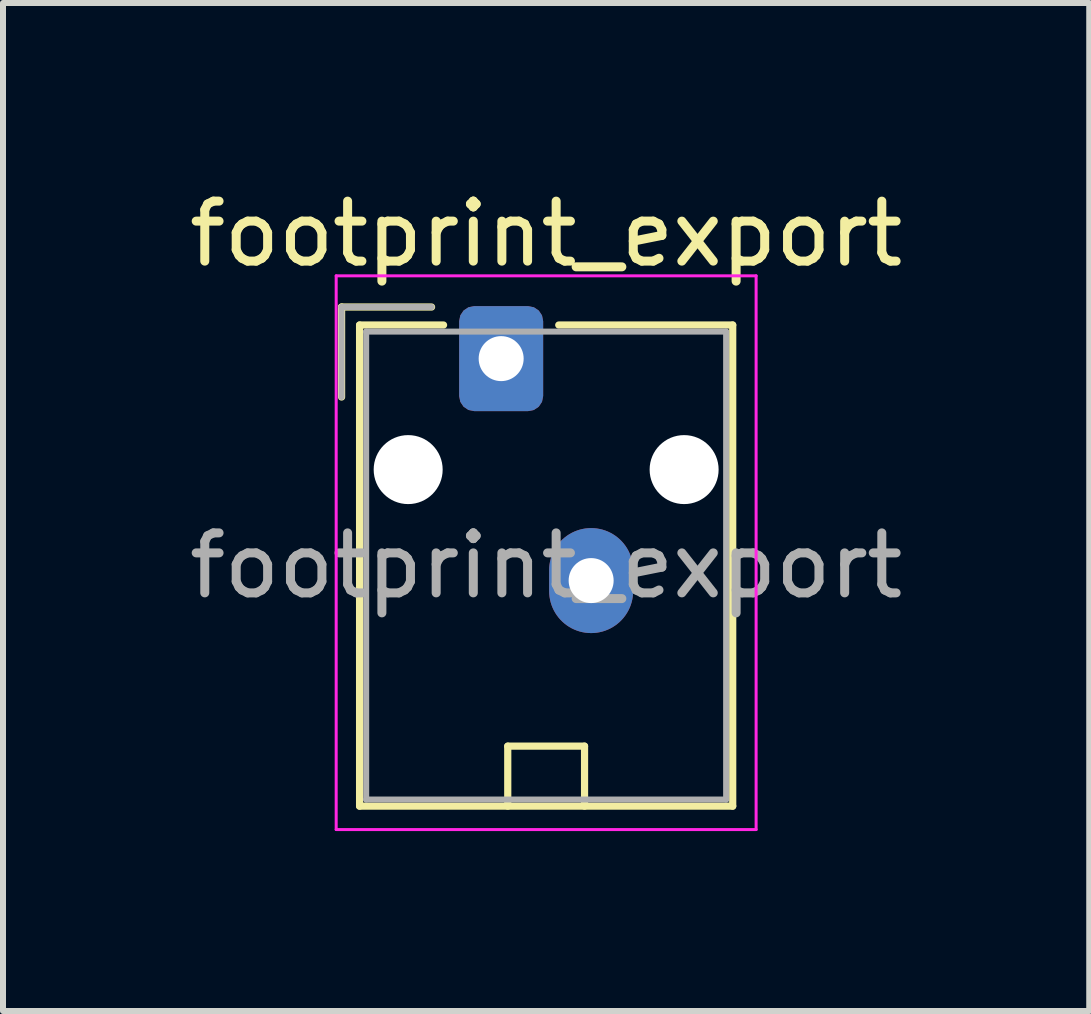
<source format=kicad_pcb>
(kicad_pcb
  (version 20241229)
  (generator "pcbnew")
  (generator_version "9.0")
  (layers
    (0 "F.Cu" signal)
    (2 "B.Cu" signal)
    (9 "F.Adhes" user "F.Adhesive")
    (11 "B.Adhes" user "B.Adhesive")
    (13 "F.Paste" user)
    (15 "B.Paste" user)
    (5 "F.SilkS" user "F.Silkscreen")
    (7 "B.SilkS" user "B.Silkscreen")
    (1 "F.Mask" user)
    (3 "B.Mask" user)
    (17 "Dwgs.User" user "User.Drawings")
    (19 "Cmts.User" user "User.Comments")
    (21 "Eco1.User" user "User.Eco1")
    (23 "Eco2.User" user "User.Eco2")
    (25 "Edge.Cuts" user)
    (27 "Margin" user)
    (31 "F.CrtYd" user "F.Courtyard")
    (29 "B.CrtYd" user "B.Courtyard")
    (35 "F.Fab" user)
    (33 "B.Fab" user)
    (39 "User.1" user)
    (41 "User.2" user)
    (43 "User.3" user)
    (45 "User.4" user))
  (footprint "footprint_export"
    (layer "F.Cu")
    (at 5.304 2.928)
    (property "Reference" "footprint_export" (at 0.75 -2.08 0) (layer "F.SilkS") (effects (font (size 1 1) (thickness 0.15))))
    (attr through_hole)
    (fp_line (start -2.66 -0.86) (end -1.16 -0.86) (stroke (width 0.12) (type solid)) (layer "F.SilkS"))
    (fp_line (start -2.66 0.64) (end -2.66 -0.86) (stroke (width 0.12) (type solid)) (layer "F.SilkS"))
    (fp_line (start -2.36 -0.56) (end -2.36 7.46) (stroke (width 0.12) (type solid)) (layer "F.SilkS"))
    (fp_line (start -2.36 7.46) (end 3.86 7.46) (stroke (width 0.12) (type solid)) (layer "F.SilkS"))
    (fp_line (start -0.96 -0.56) (end -2.36 -0.56) (stroke (width 0.12) (type solid)) (layer "F.SilkS"))
    (fp_line (start 0.11 6.46) (end 1.39 6.46) (stroke (width 0.12) (type solid)) (layer "F.SilkS"))
    (fp_line (start 0.11 7.46) (end 0.11 6.46) (stroke (width 0.12) (type solid)) (layer "F.SilkS"))
    (fp_line (start 1.39 6.46) (end 1.39 7.46) (stroke (width 0.12) (type solid)) (layer "F.SilkS"))
    (fp_line (start 3.86 -0.56) (end 0.96 -0.56) (stroke (width 0.12) (type solid)) (layer "F.SilkS"))
    (fp_line (start 3.86 7.46) (end 3.86 -0.56) (stroke (width 0.12) (type solid)) (layer "F.SilkS"))
    (fp_line (start -2.75 -1.38) (end -2.75 7.85) (stroke (width 0.05) (type solid)) (layer "F.CrtYd"))
    (fp_line (start -2.75 7.85) (end 4.25 7.85) (stroke (width 0.05) (type solid)) (layer "F.CrtYd"))
    (fp_line (start 4.25 -1.38) (end -2.75 -1.38) (stroke (width 0.05) (type solid)) (layer "F.CrtYd"))
    (fp_line (start 4.25 7.85) (end 4.25 -1.38) (stroke (width 0.05) (type solid)) (layer "F.CrtYd"))
    (fp_line (start -2.66 -0.86) (end -1.16 -0.86) (stroke (width 0.1) (type solid)) (layer "F.Fab"))
    (fp_line (start -2.66 0.64) (end -2.66 -0.86) (stroke (width 0.1) (type solid)) (layer "F.Fab"))
    (fp_line (start -2.25 -0.45) (end -2.25 7.35) (stroke (width 0.1) (type solid)) (layer "F.Fab"))
    (fp_line (start -2.25 7.35) (end 3.75 7.35) (stroke (width 0.1) (type solid)) (layer "F.Fab"))
    (fp_line (start 3.75 -0.45) (end -2.25 -0.45) (stroke (width 0.1) (type solid)) (layer "F.Fab"))
    (fp_line (start 3.75 7.35) (end 3.75 -0.45) (stroke (width 0.1) (type solid)) (layer "F.Fab"))
    (fp_text user "${REFERENCE}" (at 0.75 3.45 0) (layer "F.Fab") (effects (font (size 1 1) (thickness 0.15))))
    (pad "" np_thru_hole circle (at -1.55 1.85) (size 1.15 1.15) (drill 1.15) (layers "*.Cu" "*.Mask"))
    (pad "" np_thru_hole circle (at 3.05 1.85) (size 1.15 1.15) (drill 1.15) (layers "*.Cu" "*.Mask"))
    (pad "1" thru_hole roundrect (at 0 0) (size 1.4 1.75) (drill 0.75) (layers "*.Cu" "*.Mask") (roundrect_rratio 0.179))
    (pad "2" thru_hole oval (at 1.5 3.7) (size 1.4 1.75) (drill 0.75) (layers "*.Cu" "*.Mask")))
  (gr_rect
    (start -3 -3)
    (end 15.107 13.803)
    (stroke (width 0.1) (type default))
    (fill no)
    (layer "Edge.Cuts")))
</source>
